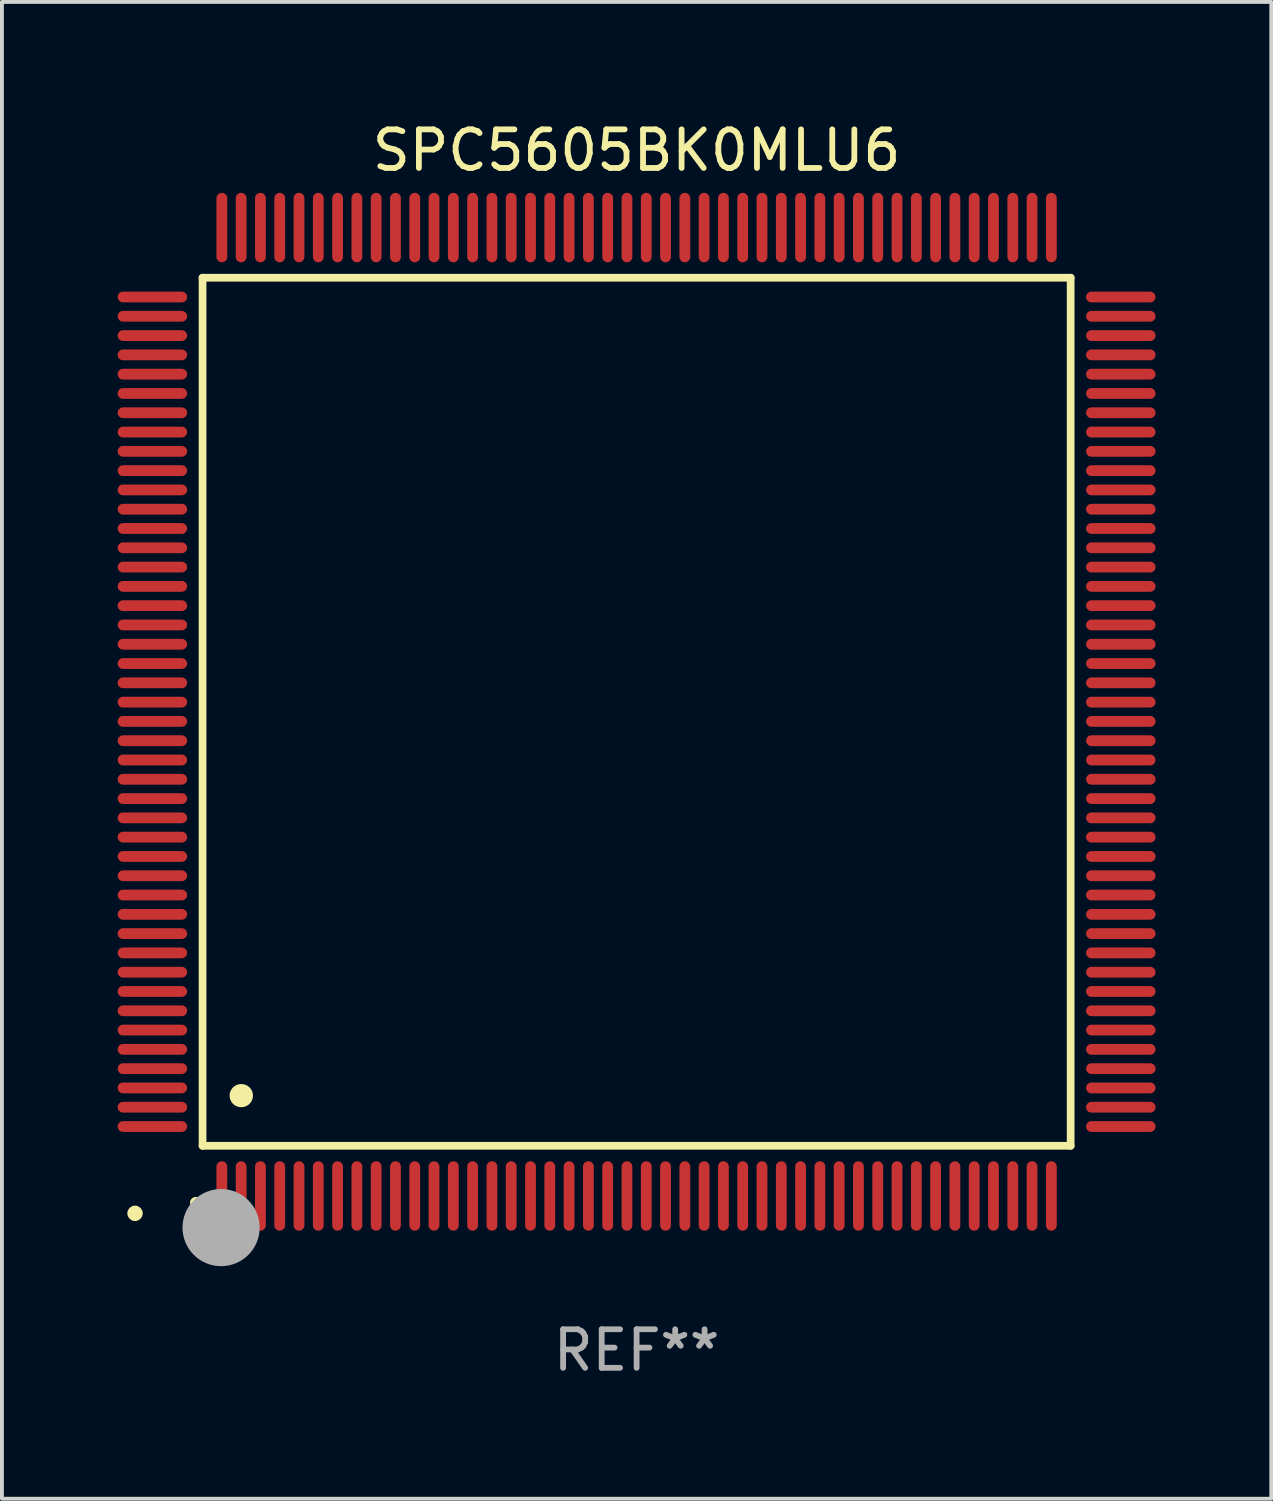
<source format=kicad_pcb>
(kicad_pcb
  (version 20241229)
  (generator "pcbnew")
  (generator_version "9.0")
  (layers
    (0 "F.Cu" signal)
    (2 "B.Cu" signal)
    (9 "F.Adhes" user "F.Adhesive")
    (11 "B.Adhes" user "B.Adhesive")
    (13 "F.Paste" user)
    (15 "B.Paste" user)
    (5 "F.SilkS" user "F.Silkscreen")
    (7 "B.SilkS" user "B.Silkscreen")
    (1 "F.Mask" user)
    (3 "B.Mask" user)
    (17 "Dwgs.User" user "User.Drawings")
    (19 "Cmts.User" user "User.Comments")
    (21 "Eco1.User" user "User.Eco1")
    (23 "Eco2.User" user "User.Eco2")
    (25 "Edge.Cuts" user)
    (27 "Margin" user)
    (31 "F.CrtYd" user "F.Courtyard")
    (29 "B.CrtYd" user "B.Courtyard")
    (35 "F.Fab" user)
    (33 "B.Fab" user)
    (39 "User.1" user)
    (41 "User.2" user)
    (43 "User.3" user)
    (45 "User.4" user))
  (footprint "SPC5605BK0MLU6"
    (layer "F.Cu")
    (at 13.45 15.398)
    (property "Reference" "SPC5605BK0MLU6" (at 0 -14.55 0) (layer "F.SilkS") (effects (font (size 1 1) (thickness 0.15))))
    (attr through_hole)
    (fp_line (start -11.25 -11.25) (end 11.25 -11.25) (stroke (width 0.2) (type solid)) (layer "F.SilkS"))
    (fp_line (start -11.25 11.25) (end -11.25 -11.25) (stroke (width 0.2) (type solid)) (layer "F.SilkS"))
    (fp_line (start 11.25 -11.25) (end 11.25 11.25) (stroke (width 0.2) (type solid)) (layer "F.SilkS"))
    (fp_line (start 11.25 11.25) (end -11.25 11.25) (stroke (width 0.2) (type solid)) (layer "F.SilkS"))
    (fp_arc (start -11.424943 12.725425) (mid -11.423673 12.72542) (end -11.422403 12.725425) (stroke (width 0.3) (type solid)) (layer "F.SilkS"))
    (fp_arc (start -10.24892 9.9492) (mid -10.24638 9.949189) (end -10.24384 9.9492) (stroke (width 0.6) (type solid)) (layer "F.SilkS"))
    (fp_circle (center -13 13) (end -12.9 13) (stroke (width 0.2) (type solid)) (fill no) (layer "F.SilkS"))
    (fp_circle (center -10.77 13.37) (end -10.27 13.37) (stroke (width 1) (type solid)) (fill no) (layer "F.Fab"))
    (fp_text user "REF**" (at 0 16.55 0) (layer "F.Fab") (effects (font (size 1 1) (thickness 0.15))))
    (pad "1" smd oval (at -10.75 12.55) (size 0.28 1.8) (layers "F.Cu" "F.Mask" "F.Paste"))
    (pad "2" smd oval (at -10.25 12.55) (size 0.28 1.8) (layers "F.Cu" "F.Mask" "F.Paste"))
    (pad "3" smd oval (at -9.75 12.55) (size 0.28 1.8) (layers "F.Cu" "F.Mask" "F.Paste"))
    (pad "4" smd oval (at -9.25 12.55) (size 0.28 1.8) (layers "F.Cu" "F.Mask" "F.Paste"))
    (pad "5" smd oval (at -8.75 12.55) (size 0.28 1.8) (layers "F.Cu" "F.Mask" "F.Paste"))
    (pad "6" smd oval (at -8.25 12.55) (size 0.28 1.8) (layers "F.Cu" "F.Mask" "F.Paste"))
    (pad "7" smd oval (at -7.75 12.55) (size 0.28 1.8) (layers "F.Cu" "F.Mask" "F.Paste"))
    (pad "8" smd oval (at -7.25 12.55) (size 0.28 1.8) (layers "F.Cu" "F.Mask" "F.Paste"))
    (pad "9" smd oval (at -6.75 12.55) (size 0.28 1.8) (layers "F.Cu" "F.Mask" "F.Paste"))
    (pad "10" smd oval (at -6.25 12.55) (size 0.28 1.8) (layers "F.Cu" "F.Mask" "F.Paste"))
    (pad "11" smd oval (at -5.75 12.55) (size 0.28 1.8) (layers "F.Cu" "F.Mask" "F.Paste"))
    (pad "12" smd oval (at -5.25 12.55) (size 0.28 1.8) (layers "F.Cu" "F.Mask" "F.Paste"))
    (pad "13" smd oval (at -4.75 12.55) (size 0.28 1.8) (layers "F.Cu" "F.Mask" "F.Paste"))
    (pad "14" smd oval (at -4.25 12.55) (size 0.28 1.8) (layers "F.Cu" "F.Mask" "F.Paste"))
    (pad "15" smd oval (at -3.75 12.55) (size 0.28 1.8) (layers "F.Cu" "F.Mask" "F.Paste"))
    (pad "16" smd oval (at -3.25 12.55) (size 0.28 1.8) (layers "F.Cu" "F.Mask" "F.Paste"))
    (pad "17" smd oval (at -2.75 12.55) (size 0.28 1.8) (layers "F.Cu" "F.Mask" "F.Paste"))
    (pad "18" smd oval (at -2.25 12.55) (size 0.28 1.8) (layers "F.Cu" "F.Mask" "F.Paste"))
    (pad "19" smd oval (at -1.75 12.55) (size 0.28 1.8) (layers "F.Cu" "F.Mask" "F.Paste"))
    (pad "20" smd oval (at -1.25 12.55) (size 0.28 1.8) (layers "F.Cu" "F.Mask" "F.Paste"))
    (pad "21" smd oval (at -0.75 12.55) (size 0.28 1.8) (layers "F.Cu" "F.Mask" "F.Paste"))
    (pad "22" smd oval (at -0.25 12.55) (size 0.28 1.8) (layers "F.Cu" "F.Mask" "F.Paste"))
    (pad "23" smd oval (at 0.25 12.55) (size 0.28 1.8) (layers "F.Cu" "F.Mask" "F.Paste"))
    (pad "24" smd oval (at 0.75 12.55) (size 0.28 1.8) (layers "F.Cu" "F.Mask" "F.Paste"))
    (pad "25" smd oval (at 1.25 12.55) (size 0.28 1.8) (layers "F.Cu" "F.Mask" "F.Paste"))
    (pad "26" smd oval (at 1.75 12.55) (size 0.28 1.8) (layers "F.Cu" "F.Mask" "F.Paste"))
    (pad "27" smd oval (at 2.25 12.55) (size 0.28 1.8) (layers "F.Cu" "F.Mask" "F.Paste"))
    (pad "28" smd oval (at 2.75 12.55) (size 0.28 1.8) (layers "F.Cu" "F.Mask" "F.Paste"))
    (pad "29" smd oval (at 3.25 12.55) (size 0.28 1.8) (layers "F.Cu" "F.Mask" "F.Paste"))
    (pad "30" smd oval (at 3.75 12.55) (size 0.28 1.8) (layers "F.Cu" "F.Mask" "F.Paste"))
    (pad "31" smd oval (at 4.25 12.55) (size 0.28 1.8) (layers "F.Cu" "F.Mask" "F.Paste"))
    (pad "32" smd oval (at 4.75 12.55) (size 0.28 1.8) (layers "F.Cu" "F.Mask" "F.Paste"))
    (pad "33" smd oval (at 5.25 12.55) (size 0.28 1.8) (layers "F.Cu" "F.Mask" "F.Paste"))
    (pad "34" smd oval (at 5.75 12.55) (size 0.28 1.8) (layers "F.Cu" "F.Mask" "F.Paste"))
    (pad "35" smd oval (at 6.25 12.55) (size 0.28 1.8) (layers "F.Cu" "F.Mask" "F.Paste"))
    (pad "36" smd oval (at 6.75 12.55) (size 0.28 1.8) (layers "F.Cu" "F.Mask" "F.Paste"))
    (pad "37" smd oval (at 7.25 12.55) (size 0.28 1.8) (layers "F.Cu" "F.Mask" "F.Paste"))
    (pad "38" smd oval (at 7.75 12.55) (size 0.28 1.8) (layers "F.Cu" "F.Mask" "F.Paste"))
    (pad "39" smd oval (at 8.25 12.55) (size 0.28 1.8) (layers "F.Cu" "F.Mask" "F.Paste"))
    (pad "40" smd oval (at 8.75 12.55) (size 0.28 1.8) (layers "F.Cu" "F.Mask" "F.Paste"))
    (pad "41" smd oval (at 9.25 12.55) (size 0.28 1.8) (layers "F.Cu" "F.Mask" "F.Paste"))
    (pad "42" smd oval (at 9.75 12.55) (size 0.28 1.8) (layers "F.Cu" "F.Mask" "F.Paste"))
    (pad "43" smd oval (at 10.25 12.55) (size 0.28 1.8) (layers "F.Cu" "F.Mask" "F.Paste"))
    (pad "44" smd oval (at 10.75 12.55) (size 0.28 1.8) (layers "F.Cu" "F.Mask" "F.Paste"))
    (pad "45" smd oval (at 12.55 10.75) (size 1.8 0.28) (layers "F.Cu" "F.Mask" "F.Paste"))
    (pad "46" smd oval (at 12.55 10.25) (size 1.8 0.28) (layers "F.Cu" "F.Mask" "F.Paste"))
    (pad "47" smd oval (at 12.55 9.75) (size 1.8 0.28) (layers "F.Cu" "F.Mask" "F.Paste"))
    (pad "48" smd oval (at 12.55 9.25) (size 1.8 0.28) (layers "F.Cu" "F.Mask" "F.Paste"))
    (pad "49" smd oval (at 12.55 8.75) (size 1.8 0.28) (layers "F.Cu" "F.Mask" "F.Paste"))
    (pad "50" smd oval (at 12.55 8.25) (size 1.8 0.28) (layers "F.Cu" "F.Mask" "F.Paste"))
    (pad "51" smd oval (at 12.55 7.75) (size 1.8 0.28) (layers "F.Cu" "F.Mask" "F.Paste"))
    (pad "52" smd oval (at 12.55 7.25) (size 1.8 0.28) (layers "F.Cu" "F.Mask" "F.Paste"))
    (pad "53" smd oval (at 12.55 6.75) (size 1.8 0.28) (layers "F.Cu" "F.Mask" "F.Paste"))
    (pad "54" smd oval (at 12.55 6.25) (size 1.8 0.28) (layers "F.Cu" "F.Mask" "F.Paste"))
    (pad "55" smd oval (at 12.55 5.75) (size 1.8 0.28) (layers "F.Cu" "F.Mask" "F.Paste"))
    (pad "56" smd oval (at 12.55 5.25) (size 1.8 0.28) (layers "F.Cu" "F.Mask" "F.Paste"))
    (pad "57" smd oval (at 12.55 4.75) (size 1.8 0.28) (layers "F.Cu" "F.Mask" "F.Paste"))
    (pad "58" smd oval (at 12.55 4.25) (size 1.8 0.28) (layers "F.Cu" "F.Mask" "F.Paste"))
    (pad "59" smd oval (at 12.55 3.75) (size 1.8 0.28) (layers "F.Cu" "F.Mask" "F.Paste"))
    (pad "60" smd oval (at 12.55 3.25) (size 1.8 0.28) (layers "F.Cu" "F.Mask" "F.Paste"))
    (pad "61" smd oval (at 12.55 2.75) (size 1.8 0.28) (layers "F.Cu" "F.Mask" "F.Paste"))
    (pad "62" smd oval (at 12.55 2.25) (size 1.8 0.28) (layers "F.Cu" "F.Mask" "F.Paste"))
    (pad "63" smd oval (at 12.55 1.75) (size 1.8 0.28) (layers "F.Cu" "F.Mask" "F.Paste"))
    (pad "64" smd oval (at 12.55 1.25) (size 1.8 0.28) (layers "F.Cu" "F.Mask" "F.Paste"))
    (pad "65" smd oval (at 12.55 0.75) (size 1.8 0.28) (layers "F.Cu" "F.Mask" "F.Paste"))
    (pad "66" smd oval (at 12.55 0.25) (size 1.8 0.28) (layers "F.Cu" "F.Mask" "F.Paste"))
    (pad "67" smd oval (at 12.55 -0.25) (size 1.8 0.28) (layers "F.Cu" "F.Mask" "F.Paste"))
    (pad "68" smd oval (at 12.55 -0.75) (size 1.8 0.28) (layers "F.Cu" "F.Mask" "F.Paste"))
    (pad "69" smd oval (at 12.55 -1.25) (size 1.8 0.28) (layers "F.Cu" "F.Mask" "F.Paste"))
    (pad "70" smd oval (at 12.55 -1.75) (size 1.8 0.28) (layers "F.Cu" "F.Mask" "F.Paste"))
    (pad "71" smd oval (at 12.55 -2.25) (size 1.8 0.28) (layers "F.Cu" "F.Mask" "F.Paste"))
    (pad "72" smd oval (at 12.55 -2.75) (size 1.8 0.28) (layers "F.Cu" "F.Mask" "F.Paste"))
    (pad "73" smd oval (at 12.55 -3.25) (size 1.8 0.28) (layers "F.Cu" "F.Mask" "F.Paste"))
    (pad "74" smd oval (at 12.55 -3.75) (size 1.8 0.28) (layers "F.Cu" "F.Mask" "F.Paste"))
    (pad "75" smd oval (at 12.55 -4.25) (size 1.8 0.28) (layers "F.Cu" "F.Mask" "F.Paste"))
    (pad "76" smd oval (at 12.55 -4.75) (size 1.8 0.28) (layers "F.Cu" "F.Mask" "F.Paste"))
    (pad "77" smd oval (at 12.55 -5.25) (size 1.8 0.28) (layers "F.Cu" "F.Mask" "F.Paste"))
    (pad "78" smd oval (at 12.55 -5.75) (size 1.8 0.28) (layers "F.Cu" "F.Mask" "F.Paste"))
    (pad "79" smd oval (at 12.55 -6.25) (size 1.8 0.28) (layers "F.Cu" "F.Mask" "F.Paste"))
    (pad "80" smd oval (at 12.55 -6.75) (size 1.8 0.28) (layers "F.Cu" "F.Mask" "F.Paste"))
    (pad "81" smd oval (at 12.55 -7.25) (size 1.8 0.28) (layers "F.Cu" "F.Mask" "F.Paste"))
    (pad "82" smd oval (at 12.55 -7.75) (size 1.8 0.28) (layers "F.Cu" "F.Mask" "F.Paste"))
    (pad "83" smd oval (at 12.55 -8.25) (size 1.8 0.28) (layers "F.Cu" "F.Mask" "F.Paste"))
    (pad "84" smd oval (at 12.55 -8.75) (size 1.8 0.28) (layers "F.Cu" "F.Mask" "F.Paste"))
    (pad "85" smd oval (at 12.55 -9.25) (size 1.8 0.28) (layers "F.Cu" "F.Mask" "F.Paste"))
    (pad "86" smd oval (at 12.55 -9.75) (size 1.8 0.28) (layers "F.Cu" "F.Mask" "F.Paste"))
    (pad "87" smd oval (at 12.55 -10.25) (size 1.8 0.28) (layers "F.Cu" "F.Mask" "F.Paste"))
    (pad "88" smd oval (at 12.55 -10.75) (size 1.8 0.28) (layers "F.Cu" "F.Mask" "F.Paste"))
    (pad "89" smd oval (at 10.75 -12.55) (size 0.28 1.8) (layers "F.Cu" "F.Mask" "F.Paste"))
    (pad "90" smd oval (at 10.25 -12.55) (size 0.28 1.8) (layers "F.Cu" "F.Mask" "F.Paste"))
    (pad "91" smd oval (at 9.75 -12.55) (size 0.28 1.8) (layers "F.Cu" "F.Mask" "F.Paste"))
    (pad "92" smd oval (at 9.25 -12.55) (size 0.28 1.8) (layers "F.Cu" "F.Mask" "F.Paste"))
    (pad "93" smd oval (at 8.75 -12.55) (size 0.28 1.8) (layers "F.Cu" "F.Mask" "F.Paste"))
    (pad "94" smd oval (at 8.25 -12.55) (size 0.28 1.8) (layers "F.Cu" "F.Mask" "F.Paste"))
    (pad "95" smd oval (at 7.75 -12.55) (size 0.28 1.8) (layers "F.Cu" "F.Mask" "F.Paste"))
    (pad "96" smd oval (at 7.25 -12.55) (size 0.28 1.8) (layers "F.Cu" "F.Mask" "F.Paste"))
    (pad "97" smd oval (at 6.75 -12.55) (size 0.28 1.8) (layers "F.Cu" "F.Mask" "F.Paste"))
    (pad "98" smd oval (at 6.25 -12.55) (size 0.28 1.8) (layers "F.Cu" "F.Mask" "F.Paste"))
    (pad "99" smd oval (at 5.75 -12.55) (size 0.28 1.8) (layers "F.Cu" "F.Mask" "F.Paste"))
    (pad "100" smd oval (at 5.25 -12.55) (size 0.28 1.8) (layers "F.Cu" "F.Mask" "F.Paste"))
    (pad "101" smd oval (at 4.75 -12.55) (size 0.28 1.8) (layers "F.Cu" "F.Mask" "F.Paste"))
    (pad "102" smd oval (at 4.25 -12.55) (size 0.28 1.8) (layers "F.Cu" "F.Mask" "F.Paste"))
    (pad "103" smd oval (at 3.75 -12.55) (size 0.28 1.8) (layers "F.Cu" "F.Mask" "F.Paste"))
    (pad "104" smd oval (at 3.25 -12.55) (size 0.28 1.8) (layers "F.Cu" "F.Mask" "F.Paste"))
    (pad "105" smd oval (at 2.75 -12.55) (size 0.28 1.8) (layers "F.Cu" "F.Mask" "F.Paste"))
    (pad "106" smd oval (at 2.25 -12.55) (size 0.28 1.8) (layers "F.Cu" "F.Mask" "F.Paste"))
    (pad "107" smd oval (at 1.75 -12.55) (size 0.28 1.8) (layers "F.Cu" "F.Mask" "F.Paste"))
    (pad "108" smd oval (at 1.25 -12.55) (size 0.28 1.8) (layers "F.Cu" "F.Mask" "F.Paste"))
    (pad "109" smd oval (at 0.75 -12.55) (size 0.28 1.8) (layers "F.Cu" "F.Mask" "F.Paste"))
    (pad "110" smd oval (at 0.25 -12.55) (size 0.28 1.8) (layers "F.Cu" "F.Mask" "F.Paste"))
    (pad "111" smd oval (at -0.25 -12.55) (size 0.28 1.8) (layers "F.Cu" "F.Mask" "F.Paste"))
    (pad "112" smd oval (at -0.75 -12.55) (size 0.28 1.8) (layers "F.Cu" "F.Mask" "F.Paste"))
    (pad "113" smd oval (at -1.25 -12.55) (size 0.28 1.8) (layers "F.Cu" "F.Mask" "F.Paste"))
    (pad "114" smd oval (at -1.75 -12.55) (size 0.28 1.8) (layers "F.Cu" "F.Mask" "F.Paste"))
    (pad "115" smd oval (at -2.25 -12.55) (size 0.28 1.8) (layers "F.Cu" "F.Mask" "F.Paste"))
    (pad "116" smd oval (at -2.75 -12.55) (size 0.28 1.8) (layers "F.Cu" "F.Mask" "F.Paste"))
    (pad "117" smd oval (at -3.25 -12.55) (size 0.28 1.8) (layers "F.Cu" "F.Mask" "F.Paste"))
    (pad "118" smd oval (at -3.75 -12.55) (size 0.28 1.8) (layers "F.Cu" "F.Mask" "F.Paste"))
    (pad "119" smd oval (at -4.25 -12.55) (size 0.28 1.8) (layers "F.Cu" "F.Mask" "F.Paste"))
    (pad "120" smd oval (at -4.75 -12.55) (size 0.28 1.8) (layers "F.Cu" "F.Mask" "F.Paste"))
    (pad "121" smd oval (at -5.25 -12.55) (size 0.28 1.8) (layers "F.Cu" "F.Mask" "F.Paste"))
    (pad "122" smd oval (at -5.75 -12.55) (size 0.28 1.8) (layers "F.Cu" "F.Mask" "F.Paste"))
    (pad "123" smd oval (at -6.25 -12.55) (size 0.28 1.8) (layers "F.Cu" "F.Mask" "F.Paste"))
    (pad "124" smd oval (at -6.75 -12.55) (size 0.28 1.8) (layers "F.Cu" "F.Mask" "F.Paste"))
    (pad "125" smd oval (at -7.25 -12.55) (size 0.28 1.8) (layers "F.Cu" "F.Mask" "F.Paste"))
    (pad "126" smd oval (at -7.75 -12.55) (size 0.28 1.8) (layers "F.Cu" "F.Mask" "F.Paste"))
    (pad "127" smd oval (at -8.25 -12.55) (size 0.28 1.8) (layers "F.Cu" "F.Mask" "F.Paste"))
    (pad "128" smd oval (at -8.75 -12.55) (size 0.28 1.8) (layers "F.Cu" "F.Mask" "F.Paste"))
    (pad "129" smd oval (at -9.25 -12.55) (size 0.28 1.8) (layers "F.Cu" "F.Mask" "F.Paste"))
    (pad "130" smd oval (at -9.75 -12.55) (size 0.28 1.8) (layers "F.Cu" "F.Mask" "F.Paste"))
    (pad "131" smd oval (at -10.25 -12.55) (size 0.28 1.8) (layers "F.Cu" "F.Mask" "F.Paste"))
    (pad "132" smd oval (at -10.75 -12.55) (size 0.28 1.8) (layers "F.Cu" "F.Mask" "F.Paste"))
    (pad "133" smd oval (at -12.55 -10.75) (size 1.8 0.28) (layers "F.Cu" "F.Mask" "F.Paste"))
    (pad "134" smd oval (at -12.55 -10.25) (size 1.8 0.28) (layers "F.Cu" "F.Mask" "F.Paste"))
    (pad "135" smd oval (at -12.55 -9.75) (size 1.8 0.28) (layers "F.Cu" "F.Mask" "F.Paste"))
    (pad "136" smd oval (at -12.55 -9.25) (size 1.8 0.28) (layers "F.Cu" "F.Mask" "F.Paste"))
    (pad "137" smd oval (at -12.55 -8.75) (size 1.8 0.28) (layers "F.Cu" "F.Mask" "F.Paste"))
    (pad "138" smd oval (at -12.55 -8.25) (size 1.8 0.28) (layers "F.Cu" "F.Mask" "F.Paste"))
    (pad "139" smd oval (at -12.55 -7.75) (size 1.8 0.28) (layers "F.Cu" "F.Mask" "F.Paste"))
    (pad "140" smd oval (at -12.55 -7.25) (size 1.8 0.28) (layers "F.Cu" "F.Mask" "F.Paste"))
    (pad "141" smd oval (at -12.55 -6.75) (size 1.8 0.28) (layers "F.Cu" "F.Mask" "F.Paste"))
    (pad "142" smd oval (at -12.55 -6.25) (size 1.8 0.28) (layers "F.Cu" "F.Mask" "F.Paste"))
    (pad "143" smd oval (at -12.55 -5.75) (size 1.8 0.28) (layers "F.Cu" "F.Mask" "F.Paste"))
    (pad "144" smd oval (at -12.55 -5.25) (size 1.8 0.28) (layers "F.Cu" "F.Mask" "F.Paste"))
    (pad "145" smd oval (at -12.55 -4.75) (size 1.8 0.28) (layers "F.Cu" "F.Mask" "F.Paste"))
    (pad "146" smd oval (at -12.55 -4.25) (size 1.8 0.28) (layers "F.Cu" "F.Mask" "F.Paste"))
    (pad "147" smd oval (at -12.55 -3.75) (size 1.8 0.28) (layers "F.Cu" "F.Mask" "F.Paste"))
    (pad "148" smd oval (at -12.55 -3.25) (size 1.8 0.28) (layers "F.Cu" "F.Mask" "F.Paste"))
    (pad "149" smd oval (at -12.55 -2.75) (size 1.8 0.28) (layers "F.Cu" "F.Mask" "F.Paste"))
    (pad "150" smd oval (at -12.55 -2.25) (size 1.8 0.28) (layers "F.Cu" "F.Mask" "F.Paste"))
    (pad "151" smd oval (at -12.55 -1.75) (size 1.8 0.28) (layers "F.Cu" "F.Mask" "F.Paste"))
    (pad "152" smd oval (at -12.55 -1.25) (size 1.8 0.28) (layers "F.Cu" "F.Mask" "F.Paste"))
    (pad "153" smd oval (at -12.55 -0.75) (size 1.8 0.28) (layers "F.Cu" "F.Mask" "F.Paste"))
    (pad "154" smd oval (at -12.55 -0.25) (size 1.8 0.28) (layers "F.Cu" "F.Mask" "F.Paste"))
    (pad "155" smd oval (at -12.55 0.25) (size 1.8 0.28) (layers "F.Cu" "F.Mask" "F.Paste"))
    (pad "156" smd oval (at -12.55 0.75) (size 1.8 0.28) (layers "F.Cu" "F.Mask" "F.Paste"))
    (pad "157" smd oval (at -12.55 1.25) (size 1.8 0.28) (layers "F.Cu" "F.Mask" "F.Paste"))
    (pad "158" smd oval (at -12.55 1.75) (size 1.8 0.28) (layers "F.Cu" "F.Mask" "F.Paste"))
    (pad "159" smd oval (at -12.55 2.25) (size 1.8 0.28) (layers "F.Cu" "F.Mask" "F.Paste"))
    (pad "160" smd oval (at -12.55 2.75) (size 1.8 0.28) (layers "F.Cu" "F.Mask" "F.Paste"))
    (pad "161" smd oval (at -12.55 3.25) (size 1.8 0.28) (layers "F.Cu" "F.Mask" "F.Paste"))
    (pad "162" smd oval (at -12.55 3.75) (size 1.8 0.28) (layers "F.Cu" "F.Mask" "F.Paste"))
    (pad "163" smd oval (at -12.55 4.25) (size 1.8 0.28) (layers "F.Cu" "F.Mask" "F.Paste"))
    (pad "164" smd oval (at -12.55 4.75) (size 1.8 0.28) (layers "F.Cu" "F.Mask" "F.Paste"))
    (pad "165" smd oval (at -12.55 5.25) (size 1.8 0.28) (layers "F.Cu" "F.Mask" "F.Paste"))
    (pad "166" smd oval (at -12.55 5.75) (size 1.8 0.28) (layers "F.Cu" "F.Mask" "F.Paste"))
    (pad "167" smd oval (at -12.55 6.25) (size 1.8 0.28) (layers "F.Cu" "F.Mask" "F.Paste"))
    (pad "168" smd oval (at -12.55 6.75) (size 1.8 0.28) (layers "F.Cu" "F.Mask" "F.Paste"))
    (pad "169" smd oval (at -12.55 7.25) (size 1.8 0.28) (layers "F.Cu" "F.Mask" "F.Paste"))
    (pad "170" smd oval (at -12.55 7.75) (size 1.8 0.28) (layers "F.Cu" "F.Mask" "F.Paste"))
    (pad "171" smd oval (at -12.55 8.25) (size 1.8 0.28) (layers "F.Cu" "F.Mask" "F.Paste"))
    (pad "172" smd oval (at -12.55 8.75) (size 1.8 0.28) (layers "F.Cu" "F.Mask" "F.Paste"))
    (pad "173" smd oval (at -12.55 9.25) (size 1.8 0.28) (layers "F.Cu" "F.Mask" "F.Paste"))
    (pad "174" smd oval (at -12.55 9.75) (size 1.8 0.28) (layers "F.Cu" "F.Mask" "F.Paste"))
    (pad "175" smd oval (at -12.55 10.25) (size 1.8 0.28) (layers "F.Cu" "F.Mask" "F.Paste"))
    (pad "176" smd oval (at -12.55 10.75) (size 1.8 0.28) (layers "F.Cu" "F.Mask" "F.Paste")))
  (gr_rect
    (start -3 -3)
    (end 29.9 35.796)
    (stroke (width 0.1) (type default))
    (fill no)
    (layer "Edge.Cuts")))
</source>
